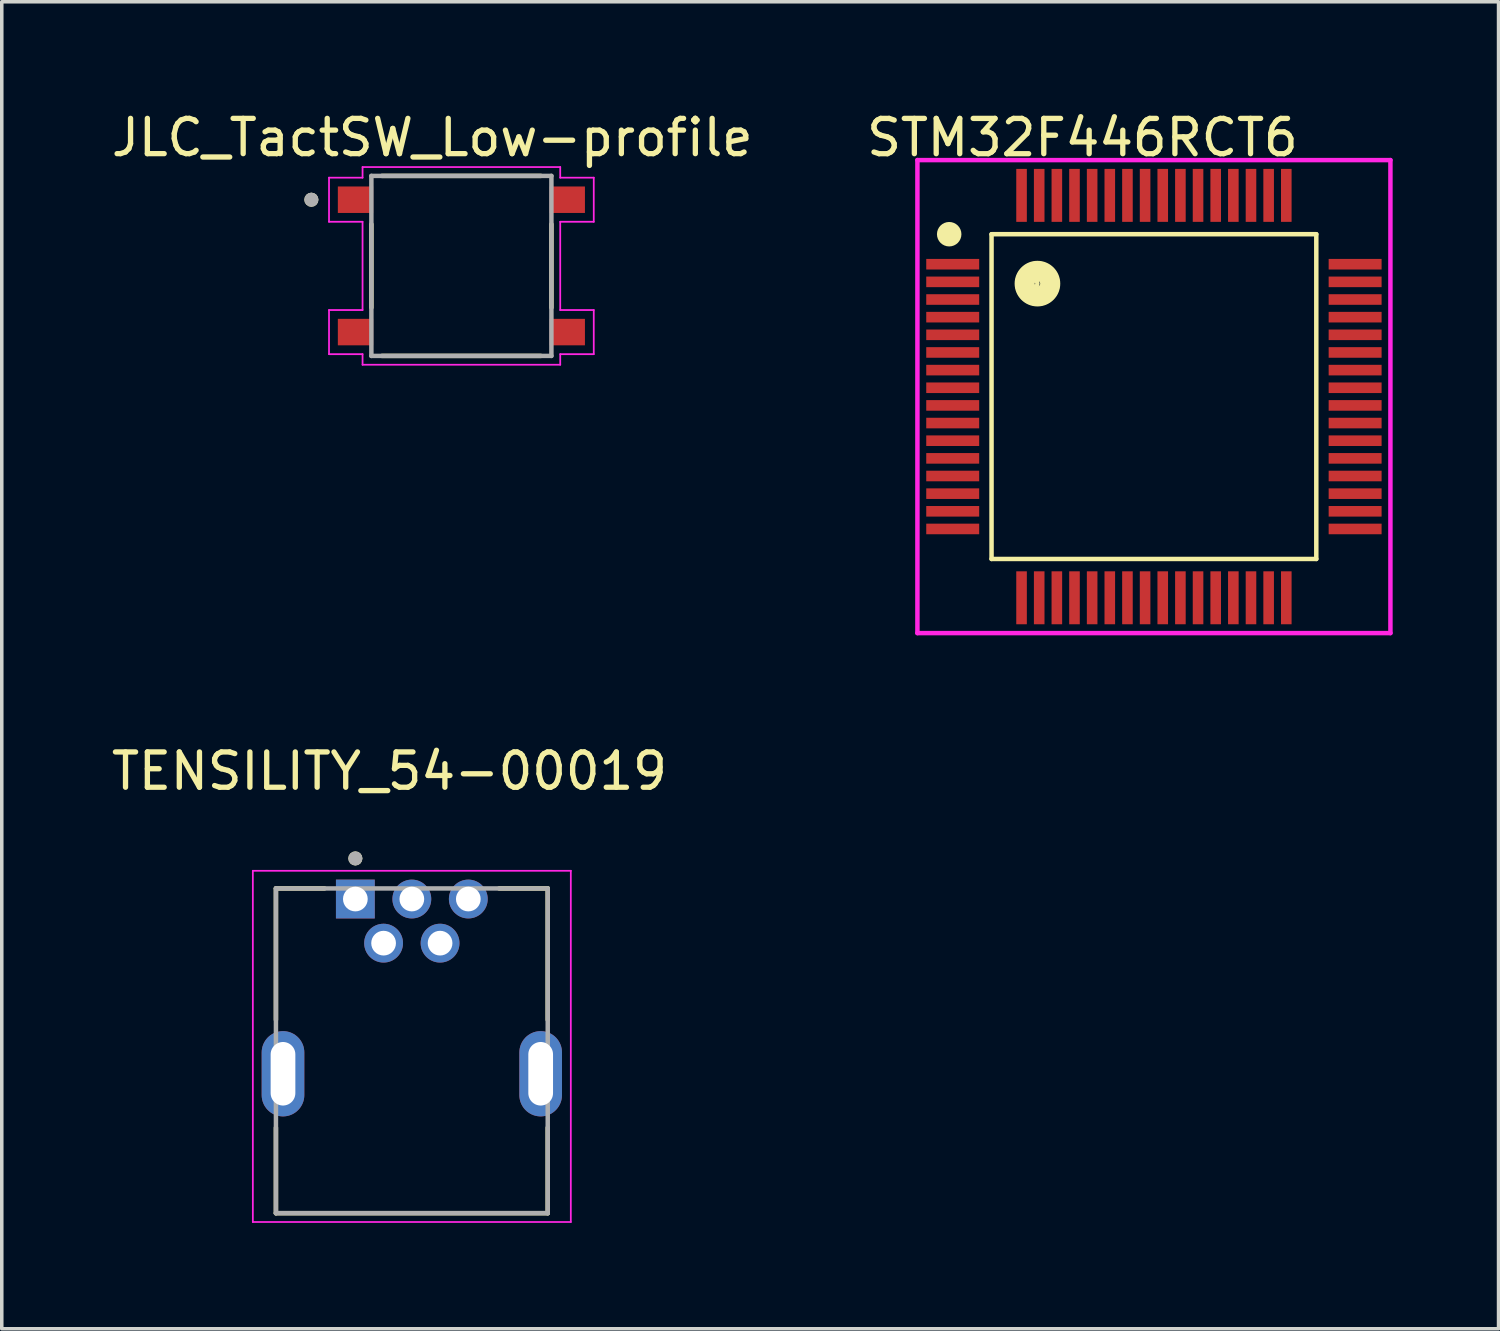
<source format=kicad_pcb>
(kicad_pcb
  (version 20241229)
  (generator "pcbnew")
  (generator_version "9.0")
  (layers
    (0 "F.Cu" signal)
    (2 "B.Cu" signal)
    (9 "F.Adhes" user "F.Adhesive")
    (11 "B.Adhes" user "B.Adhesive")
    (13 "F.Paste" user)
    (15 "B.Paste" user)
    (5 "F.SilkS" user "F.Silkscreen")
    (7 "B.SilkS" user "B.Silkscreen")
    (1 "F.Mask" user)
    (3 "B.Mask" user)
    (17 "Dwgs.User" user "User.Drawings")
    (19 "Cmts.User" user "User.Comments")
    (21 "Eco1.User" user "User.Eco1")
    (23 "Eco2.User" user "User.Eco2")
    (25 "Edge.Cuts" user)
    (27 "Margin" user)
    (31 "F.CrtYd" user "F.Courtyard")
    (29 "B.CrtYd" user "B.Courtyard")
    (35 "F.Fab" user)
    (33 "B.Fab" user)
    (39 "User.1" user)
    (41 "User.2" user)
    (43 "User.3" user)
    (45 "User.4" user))
  (footprint "STM32F446RCT6"
    (layer "F.Cu")
    (at 29.64 8.185)
    (property "Reference" "STM32F446RCT6" (at -2.025 -7.336 0) (layer "F.SilkS") (effects (font (size 1 1) (thickness 0.15))))
    (attr smd)
    (fp_line (start -4.6 -4.6) (end 4.6 -4.6) (stroke (width 0.127) (type solid)) (layer "F.SilkS"))
    (fp_line (start -4.6 4.6) (end -4.6 -4.6) (stroke (width 0.127) (type solid)) (layer "F.SilkS"))
    (fp_line (start 4.6 -4.6) (end 4.6 4.6) (stroke (width 0.127) (type solid)) (layer "F.SilkS"))
    (fp_line (start 4.6 4.6) (end -4.6 4.6) (stroke (width 0.127) (type solid)) (layer "F.SilkS"))
    (fp_circle (center -5.9 -4.6) (end -5.8 -4.6) (stroke (width 0.127) (type solid)) (fill no) (layer "F.SilkS"))
    (fp_circle (center -5.8 -4.6) (end -5.7 -4.6) (stroke (width 0.127) (type solid)) (fill no) (layer "F.SilkS"))
    (fp_circle (center -5.8 -4.6) (end -5.659 -4.6) (stroke (width 0.127) (type solid)) (fill no) (layer "F.SilkS"))
    (fp_circle (center -5.8 -4.6) (end -5.659 -4.6) (stroke (width 0.127) (type solid)) (fill no) (layer "F.SilkS"))
    (fp_circle (center -5.8 -4.6) (end -5.576 -4.6) (stroke (width 0.127) (type solid)) (fill no) (layer "F.SilkS"))
    (fp_circle (center -5.8 -4.6) (end -5.517 -4.6) (stroke (width 0.127) (type solid)) (fill no) (layer "F.SilkS"))
    (fp_circle (center -3.4 -3.2) (end -3.3 -3.2) (stroke (width 0.127) (type solid)) (fill no) (layer "F.SilkS"))
    (fp_circle (center -3.3 -3.2) (end -3.159 -3.2) (stroke (width 0.127) (type solid)) (fill no) (layer "F.SilkS"))
    (fp_circle (center -3.3 -3.2) (end -3.076 -3.2) (stroke (width 0.127) (type solid)) (fill no) (layer "F.SilkS"))
    (fp_circle (center -3.3 -3.2) (end -3.017 -3.2) (stroke (width 0.127) (type solid)) (fill no) (layer "F.SilkS"))
    (fp_circle (center -3.3 -3.2) (end -2.939 -3.2) (stroke (width 0.127) (type solid)) (fill no) (layer "F.SilkS"))
    (fp_circle (center -3.3 -3.2) (end -2.876 -3.2) (stroke (width 0.127) (type solid)) (fill no) (layer "F.SilkS"))
    (fp_circle (center -3.3 -3.2) (end -2.8 -3.2) (stroke (width 0.127) (type solid)) (fill no) (layer "F.SilkS"))
    (fp_circle (center -3.3 -3.2) (end -2.734 -3.2) (stroke (width 0.127) (type solid)) (fill no) (layer "F.SilkS"))
    (fp_circle (center -3.3 -3.2) (end -2.717 -3.2) (stroke (width 0.127) (type solid)) (fill no) (layer "F.SilkS"))
    (fp_line (start -6.7 -6.7) (end 6.7 -6.7) (stroke (width 0.127) (type solid)) (layer "F.CrtYd"))
    (fp_line (start -6.7 6.7) (end -6.7 -6.7) (stroke (width 0.127) (type solid)) (layer "F.CrtYd"))
    (fp_line (start 6.7 -6.7) (end 6.7 6.7) (stroke (width 0.127) (type solid)) (layer "F.CrtYd"))
    (fp_line (start 6.7 6.7) (end -6.7 6.7) (stroke (width 0.127) (type solid)) (layer "F.CrtYd"))
    (pad "1" smd rect (at -5.7 -3.75) (size 1.5 0.3) (layers "F.Cu" "F.Mask" "F.Paste"))
    (pad "2" smd rect (at -5.7 -3.25) (size 1.5 0.3) (layers "F.Cu" "F.Mask" "F.Paste"))
    (pad "3" smd rect (at -5.7 -2.75) (size 1.5 0.3) (layers "F.Cu" "F.Mask" "F.Paste"))
    (pad "4" smd rect (at -5.7 -2.25) (size 1.5 0.3) (layers "F.Cu" "F.Mask" "F.Paste"))
    (pad "5" smd rect (at -5.7 -1.75) (size 1.5 0.3) (layers "F.Cu" "F.Mask" "F.Paste"))
    (pad "6" smd rect (at -5.7 -1.25) (size 1.5 0.3) (layers "F.Cu" "F.Mask" "F.Paste"))
    (pad "7" smd rect (at -5.7 -0.75) (size 1.5 0.3) (layers "F.Cu" "F.Mask" "F.Paste"))
    (pad "8" smd rect (at -5.7 -0.25) (size 1.5 0.3) (layers "F.Cu" "F.Mask" "F.Paste"))
    (pad "9" smd rect (at -5.7 0.25) (size 1.5 0.3) (layers "F.Cu" "F.Mask" "F.Paste"))
    (pad "10" smd rect (at -5.7 0.75) (size 1.5 0.3) (layers "F.Cu" "F.Mask" "F.Paste"))
    (pad "11" smd rect (at -5.7 1.25) (size 1.5 0.3) (layers "F.Cu" "F.Mask" "F.Paste"))
    (pad "12" smd rect (at -5.7 1.75) (size 1.5 0.3) (layers "F.Cu" "F.Mask" "F.Paste"))
    (pad "13" smd rect (at -5.7 2.25) (size 1.5 0.3) (layers "F.Cu" "F.Mask" "F.Paste"))
    (pad "14" smd rect (at -5.7 2.75) (size 1.5 0.3) (layers "F.Cu" "F.Mask" "F.Paste"))
    (pad "15" smd rect (at -5.7 3.25) (size 1.5 0.3) (layers "F.Cu" "F.Mask" "F.Paste"))
    (pad "16" smd rect (at -5.7 3.75) (size 1.5 0.3) (layers "F.Cu" "F.Mask" "F.Paste"))
    (pad "17" smd rect (at -3.75 5.7 90) (size 1.5 0.3) (layers "F.Cu" "F.Mask" "F.Paste"))
    (pad "18" smd rect (at -3.25 5.7 90) (size 1.5 0.3) (layers "F.Cu" "F.Mask" "F.Paste"))
    (pad "19" smd rect (at -2.75 5.7 90) (size 1.5 0.3) (layers "F.Cu" "F.Mask" "F.Paste"))
    (pad "20" smd rect (at -2.25 5.7 90) (size 1.5 0.3) (layers "F.Cu" "F.Mask" "F.Paste"))
    (pad "21" smd rect (at -1.75 5.7 90) (size 1.5 0.3) (layers "F.Cu" "F.Mask" "F.Paste"))
    (pad "22" smd rect (at -1.25 5.7 90) (size 1.5 0.3) (layers "F.Cu" "F.Mask" "F.Paste"))
    (pad "23" smd rect (at -0.75 5.7 90) (size 1.5 0.3) (layers "F.Cu" "F.Mask" "F.Paste"))
    (pad "24" smd rect (at -0.25 5.7 90) (size 1.5 0.3) (layers "F.Cu" "F.Mask" "F.Paste"))
    (pad "25" smd rect (at 0.25 5.7 90) (size 1.5 0.3) (layers "F.Cu" "F.Mask" "F.Paste"))
    (pad "26" smd rect (at 0.75 5.7 90) (size 1.5 0.3) (layers "F.Cu" "F.Mask" "F.Paste"))
    (pad "27" smd rect (at 1.25 5.7 90) (size 1.5 0.3) (layers "F.Cu" "F.Mask" "F.Paste"))
    (pad "28" smd rect (at 1.75 5.7 90) (size 1.5 0.3) (layers "F.Cu" "F.Mask" "F.Paste"))
    (pad "29" smd rect (at 2.25 5.7 90) (size 1.5 0.3) (layers "F.Cu" "F.Mask" "F.Paste"))
    (pad "30" smd rect (at 2.75 5.7 90) (size 1.5 0.3) (layers "F.Cu" "F.Mask" "F.Paste"))
    (pad "31" smd rect (at 3.25 5.7 90) (size 1.5 0.3) (layers "F.Cu" "F.Mask" "F.Paste"))
    (pad "32" smd rect (at 3.75 5.7 90) (size 1.5 0.3) (layers "F.Cu" "F.Mask" "F.Paste"))
    (pad "33" smd rect (at 5.7 3.75 180) (size 1.5 0.3) (layers "F.Cu" "F.Mask" "F.Paste"))
    (pad "34" smd rect (at 5.7 3.25 180) (size 1.5 0.3) (layers "F.Cu" "F.Mask" "F.Paste"))
    (pad "35" smd rect (at 5.7 2.75 180) (size 1.5 0.3) (layers "F.Cu" "F.Mask" "F.Paste"))
    (pad "36" smd rect (at 5.7 2.25 180) (size 1.5 0.3) (layers "F.Cu" "F.Mask" "F.Paste"))
    (pad "37" smd rect (at 5.7 1.75 180) (size 1.5 0.3) (layers "F.Cu" "F.Mask" "F.Paste"))
    (pad "38" smd rect (at 5.7 1.25 180) (size 1.5 0.3) (layers "F.Cu" "F.Mask" "F.Paste"))
    (pad "39" smd rect (at 5.7 0.75 180) (size 1.5 0.3) (layers "F.Cu" "F.Mask" "F.Paste"))
    (pad "40" smd rect (at 5.7 0.25 180) (size 1.5 0.3) (layers "F.Cu" "F.Mask" "F.Paste"))
    (pad "41" smd rect (at 5.7 -0.25 180) (size 1.5 0.3) (layers "F.Cu" "F.Mask" "F.Paste"))
    (pad "42" smd rect (at 5.7 -0.75 180) (size 1.5 0.3) (layers "F.Cu" "F.Mask" "F.Paste"))
    (pad "43" smd rect (at 5.7 -1.25 180) (size 1.5 0.3) (layers "F.Cu" "F.Mask" "F.Paste"))
    (pad "44" smd rect (at 5.7 -1.75 180) (size 1.5 0.3) (layers "F.Cu" "F.Mask" "F.Paste"))
    (pad "45" smd rect (at 5.7 -2.25 180) (size 1.5 0.3) (layers "F.Cu" "F.Mask" "F.Paste"))
    (pad "46" smd rect (at 5.7 -2.75 180) (size 1.5 0.3) (layers "F.Cu" "F.Mask" "F.Paste"))
    (pad "47" smd rect (at 5.7 -3.25 180) (size 1.5 0.3) (layers "F.Cu" "F.Mask" "F.Paste"))
    (pad "48" smd rect (at 5.7 -3.75 180) (size 1.5 0.3) (layers "F.Cu" "F.Mask" "F.Paste"))
    (pad "49" smd rect (at 3.75 -5.7 270) (size 1.5 0.3) (layers "F.Cu" "F.Mask" "F.Paste"))
    (pad "50" smd rect (at 3.25 -5.7 270) (size 1.5 0.3) (layers "F.Cu" "F.Mask" "F.Paste"))
    (pad "51" smd rect (at 2.75 -5.7 270) (size 1.5 0.3) (layers "F.Cu" "F.Mask" "F.Paste"))
    (pad "52" smd rect (at 2.25 -5.7 270) (size 1.5 0.3) (layers "F.Cu" "F.Mask" "F.Paste"))
    (pad "53" smd rect (at 1.75 -5.7 270) (size 1.5 0.3) (layers "F.Cu" "F.Mask" "F.Paste"))
    (pad "54" smd rect (at 1.25 -5.7 270) (size 1.5 0.3) (layers "F.Cu" "F.Mask" "F.Paste"))
    (pad "55" smd rect (at 0.75 -5.7 270) (size 1.5 0.3) (layers "F.Cu" "F.Mask" "F.Paste"))
    (pad "56" smd rect (at 0.25 -5.7 270) (size 1.5 0.3) (layers "F.Cu" "F.Mask" "F.Paste"))
    (pad "57" smd rect (at -0.25 -5.7 270) (size 1.5 0.3) (layers "F.Cu" "F.Mask" "F.Paste"))
    (pad "58" smd rect (at -0.75 -5.7 270) (size 1.5 0.3) (layers "F.Cu" "F.Mask" "F.Paste"))
    (pad "59" smd rect (at -1.25 -5.7 270) (size 1.5 0.3) (layers "F.Cu" "F.Mask" "F.Paste"))
    (pad "60" smd rect (at -1.75 -5.7 270) (size 1.5 0.3) (layers "F.Cu" "F.Mask" "F.Paste"))
    (pad "61" smd rect (at -2.25 -5.7 270) (size 1.5 0.3) (layers "F.Cu" "F.Mask" "F.Paste"))
    (pad "62" smd rect (at -2.75 -5.7 270) (size 1.5 0.3) (layers "F.Cu" "F.Mask" "F.Paste"))
    (pad "63" smd rect (at -3.25 -5.7 270) (size 1.5 0.3) (layers "F.Cu" "F.Mask" "F.Paste"))
    (pad "64" smd rect (at -3.75 -5.7 270) (size 1.5 0.3) (layers "F.Cu" "F.Mask" "F.Paste")))
  (footprint "TENSILITY_54-00019"
    (layer "F.Cu")
    (at 8.617 27.369)
    (property "Reference" "TENSILITY_54-00019" (at -0.635 -8.572 0) (layer "F.SilkS") (effects (font (size 1 1) (thickness 0.15))))
    (attr through_hole)
    (fp_line (start -3.85 -5.25) (end -2.474 -5.25) (stroke (width 0.127) (type solid)) (layer "F.SilkS"))
    (fp_line (start -3.85 -1.528) (end -3.85 -5.25) (stroke (width 0.127) (type solid)) (layer "F.SilkS"))
    (fp_line (start -3.85 3.95) (end -3.85 1.528) (stroke (width 0.127) (type solid)) (layer "F.SilkS"))
    (fp_line (start 2.474 -5.25) (end 3.85 -5.25) (stroke (width 0.127) (type solid)) (layer "F.SilkS"))
    (fp_line (start 3.85 -5.25) (end 3.85 -1.528) (stroke (width 0.127) (type solid)) (layer "F.SilkS"))
    (fp_line (start 3.85 3.95) (end -3.85 3.95) (stroke (width 0.127) (type solid)) (layer "F.SilkS"))
    (fp_line (start 3.85 3.95) (end 3.85 1.528) (stroke (width 0.127) (type solid)) (layer "F.SilkS"))
    (fp_circle (center -1.6 -6.1) (end -1.5 -6.1) (stroke (width 0.2) (type solid)) (fill no) (layer "F.SilkS"))
    (fp_line (start -4.504 -5.75) (end -4.504 4.2) (stroke (width 0.05) (type solid)) (layer "F.CrtYd"))
    (fp_line (start -4.504 4.2) (end 4.504 4.2) (stroke (width 0.05) (type solid)) (layer "F.CrtYd"))
    (fp_line (start 4.504 -5.75) (end -4.504 -5.75) (stroke (width 0.05) (type solid)) (layer "F.CrtYd"))
    (fp_line (start 4.504 4.2) (end 4.504 -5.75) (stroke (width 0.05) (type solid)) (layer "F.CrtYd"))
    (fp_line (start -3.85 -5.25) (end 3.85 -5.25) (stroke (width 0.127) (type solid)) (layer "F.Fab"))
    (fp_line (start -3.85 3.95) (end -3.85 -5.25) (stroke (width 0.127) (type solid)) (layer "F.Fab"))
    (fp_line (start 3.85 -5.25) (end 3.85 3.95) (stroke (width 0.127) (type solid)) (layer "F.Fab"))
    (fp_line (start 3.85 3.95) (end -3.85 3.95) (stroke (width 0.127) (type solid)) (layer "F.Fab"))
    (fp_circle (center -1.6 -6.1) (end -1.5 -6.1) (stroke (width 0.2) (type solid)) (fill no) (layer "F.Fab"))
    (pad "1" thru_hole rect (at -1.6 -4.95) (size 1.1 1.1) (drill 0.7) (layers "*.Cu" "*.Mask"))
    (pad "2" thru_hole circle (at -0.8 -3.7) (size 1.1 1.1) (drill 0.7) (layers "*.Cu" "*.Mask"))
    (pad "3" thru_hole circle (at 0 -4.95) (size 1.1 1.1) (drill 0.7) (layers "*.Cu" "*.Mask"))
    (pad "4" thru_hole circle (at 0.8 -3.7) (size 1.1 1.1) (drill 0.7) (layers "*.Cu" "*.Mask"))
    (pad "5" thru_hole circle (at 1.6 -4.95) (size 1.1 1.1) (drill 0.7) (layers "*.Cu" "*.Mask"))
    (pad "SH1" thru_hole oval (at -3.65 0) (size 1.208 2.416) (drill oval 0.7 1.8) (layers "*.Cu" "*.Mask"))
    (pad "SH2" thru_hole oval (at 3.65 0) (size 1.208 2.416) (drill oval 0.7 1.8) (layers "*.Cu" "*.Mask")))
  (footprint "JLC_TactSW_Low-profile"
    (layer "F.Cu")
    (at 10.021 4.483)
    (property "Reference" "JLC_TactSW_Low-profile" (at -0.825 -3.635 0) (layer "F.SilkS") (effects (font (size 1 1) (thickness 0.15))))
    (attr smd)
    (fp_line (start -2.55 -1.18) (end -2.55 1.18) (stroke (width 0.127) (type solid)) (layer "F.SilkS"))
    (fp_line (start 2.25 -2.55) (end -2.25 -2.55) (stroke (width 0.127) (type solid)) (layer "F.SilkS"))
    (fp_line (start 2.25 2.55) (end -2.25 2.55) (stroke (width 0.127) (type solid)) (layer "F.SilkS"))
    (fp_line (start 2.55 1.18) (end 2.55 -1.18) (stroke (width 0.127) (type solid)) (layer "F.SilkS"))
    (fp_circle (center -4.25 -1.875) (end -4.15 -1.875) (stroke (width 0.2) (type solid)) (fill no) (layer "F.SilkS"))
    (fp_line (start -3.75 -2.5) (end -3.75 -1.25) (stroke (width 0.05) (type solid)) (layer "F.CrtYd"))
    (fp_line (start -3.75 -2.5) (end -2.8 -2.5) (stroke (width 0.05) (type solid)) (layer "F.CrtYd"))
    (fp_line (start -3.75 -1.25) (end -2.8 -1.25) (stroke (width 0.05) (type solid)) (layer "F.CrtYd"))
    (fp_line (start -3.75 1.25) (end -2.8 1.25) (stroke (width 0.05) (type solid)) (layer "F.CrtYd"))
    (fp_line (start -3.75 2.5) (end -3.75 1.25) (stroke (width 0.05) (type solid)) (layer "F.CrtYd"))
    (fp_line (start -3.75 2.5) (end -2.8 2.5) (stroke (width 0.05) (type solid)) (layer "F.CrtYd"))
    (fp_line (start -2.8 -2.8) (end -2.8 -2.5) (stroke (width 0.05) (type solid)) (layer "F.CrtYd"))
    (fp_line (start -2.8 -1.25) (end -2.8 1.25) (stroke (width 0.05) (type solid)) (layer "F.CrtYd"))
    (fp_line (start -2.8 2.8) (end -2.8 2.5) (stroke (width 0.05) (type solid)) (layer "F.CrtYd"))
    (fp_line (start -2.8 2.8) (end 2.8 2.8) (stroke (width 0.05) (type solid)) (layer "F.CrtYd"))
    (fp_line (start 2.8 -2.8) (end -2.8 -2.8) (stroke (width 0.05) (type solid)) (layer "F.CrtYd"))
    (fp_line (start 2.8 -2.8) (end 2.8 -2.5) (stroke (width 0.05) (type solid)) (layer "F.CrtYd"))
    (fp_line (start 2.8 -1.25) (end 2.8 1.25) (stroke (width 0.05) (type solid)) (layer "F.CrtYd"))
    (fp_line (start 2.8 2.8) (end 2.8 2.5) (stroke (width 0.05) (type solid)) (layer "F.CrtYd"))
    (fp_line (start 3.75 -2.5) (end 2.8 -2.5) (stroke (width 0.05) (type solid)) (layer "F.CrtYd"))
    (fp_line (start 3.75 -2.5) (end 3.75 -1.25) (stroke (width 0.05) (type solid)) (layer "F.CrtYd"))
    (fp_line (start 3.75 -1.25) (end 2.8 -1.25) (stroke (width 0.05) (type solid)) (layer "F.CrtYd"))
    (fp_line (start 3.75 1.25) (end 2.8 1.25) (stroke (width 0.05) (type solid)) (layer "F.CrtYd"))
    (fp_line (start 3.75 2.5) (end 2.8 2.5) (stroke (width 0.05) (type solid)) (layer "F.CrtYd"))
    (fp_line (start 3.75 2.5) (end 3.75 1.25) (stroke (width 0.05) (type solid)) (layer "F.CrtYd"))
    (fp_line (start -2.55 -2.55) (end -2.55 2.55) (stroke (width 0.127) (type solid)) (layer "F.Fab"))
    (fp_line (start -2.55 2.55) (end 2.55 2.55) (stroke (width 0.127) (type solid)) (layer "F.Fab"))
    (fp_line (start 2.55 -2.55) (end -2.55 -2.55) (stroke (width 0.127) (type solid)) (layer "F.Fab"))
    (fp_line (start 2.55 2.55) (end 2.55 -2.55) (stroke (width 0.127) (type solid)) (layer "F.Fab"))
    (fp_circle (center -4.25 -1.875) (end -4.15 -1.875) (stroke (width 0.2) (type solid)) (fill no) (layer "F.Fab"))
    (pad "1" smd rect (at -3 -1.875) (size 1 0.75) (layers "F.Cu" "F.Mask" "F.Paste"))
    (pad "1" smd rect (at 3 -1.875) (size 1 0.75) (layers "F.Cu" "F.Mask" "F.Paste"))
    (pad "2" smd rect (at -3 1.875) (size 1 0.75) (layers "F.Cu" "F.Mask" "F.Paste"))
    (pad "2" smd rect (at 3 1.875) (size 1 0.75) (layers "F.Cu" "F.Mask" "F.Paste")))
  (gr_rect
    (start -3 -3)
    (end 39.403 34.594)
    (stroke (width 0.1) (type default))
    (fill no)
    (layer "Edge.Cuts")))
</source>
